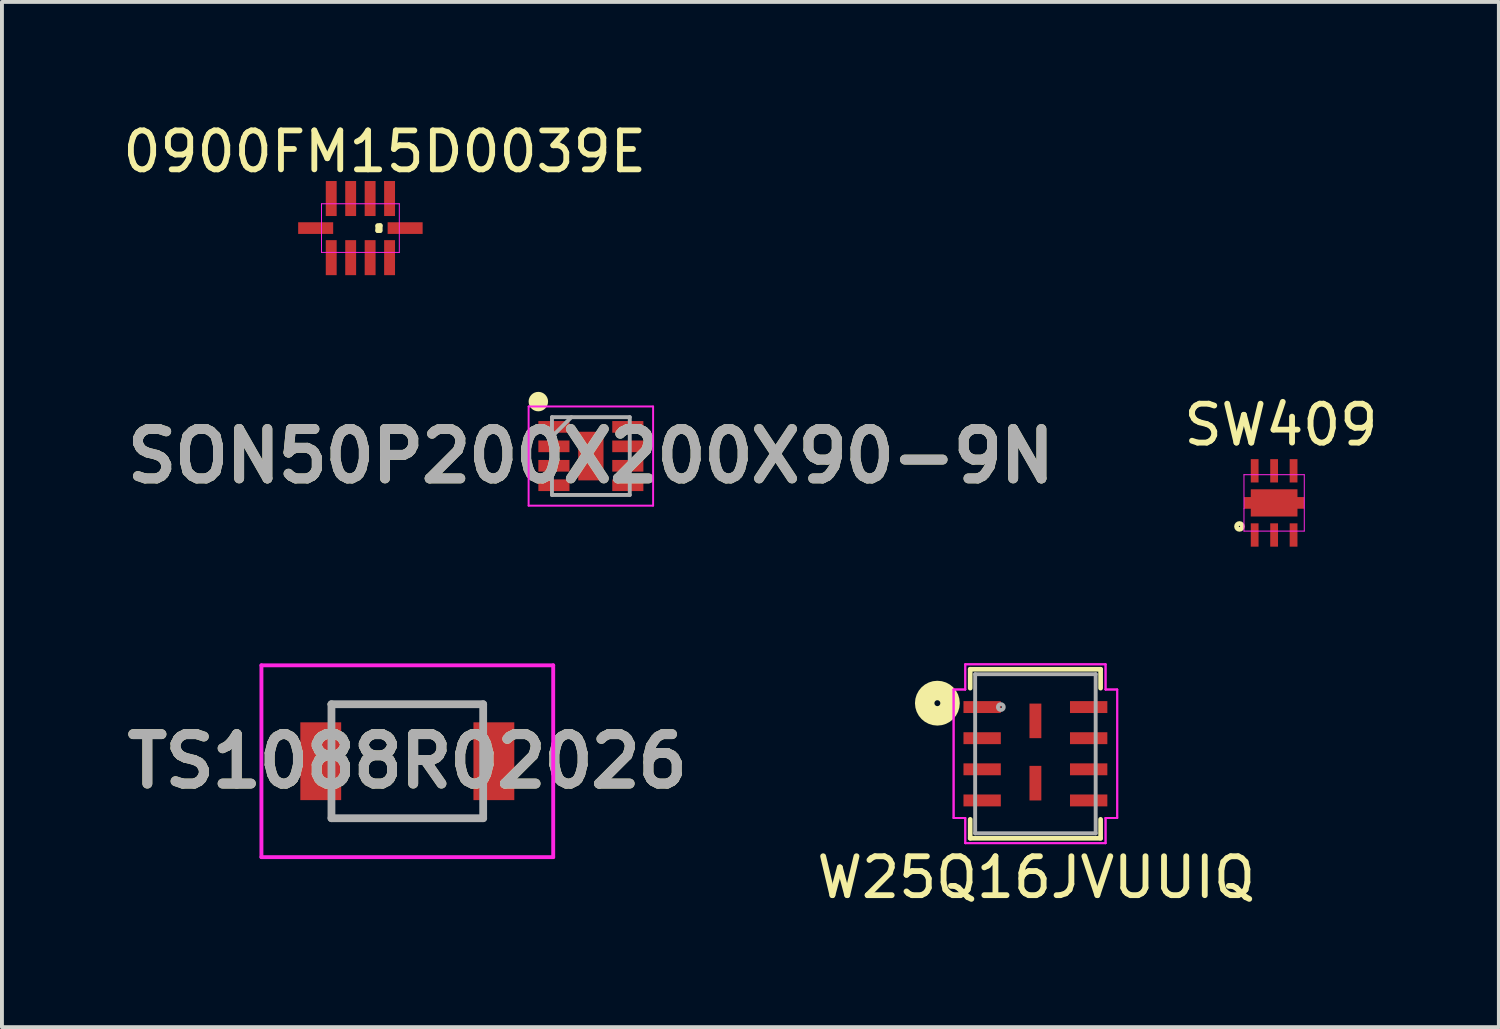
<source format=kicad_pcb>
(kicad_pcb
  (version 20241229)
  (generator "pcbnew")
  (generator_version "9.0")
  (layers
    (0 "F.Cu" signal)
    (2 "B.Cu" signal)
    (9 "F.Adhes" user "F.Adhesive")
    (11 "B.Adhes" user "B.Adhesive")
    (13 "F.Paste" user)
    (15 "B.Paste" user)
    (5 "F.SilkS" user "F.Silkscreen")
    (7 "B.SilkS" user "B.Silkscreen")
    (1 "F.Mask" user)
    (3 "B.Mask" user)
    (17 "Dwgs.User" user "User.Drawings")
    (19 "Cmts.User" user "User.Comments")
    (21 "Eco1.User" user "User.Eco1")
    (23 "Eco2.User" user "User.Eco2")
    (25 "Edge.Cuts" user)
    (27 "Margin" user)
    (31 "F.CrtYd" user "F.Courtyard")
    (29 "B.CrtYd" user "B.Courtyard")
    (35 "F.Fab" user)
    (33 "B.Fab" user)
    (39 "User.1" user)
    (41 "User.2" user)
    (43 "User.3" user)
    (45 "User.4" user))
  (footprint "0900FM15D0039E"
    (layer "F.Cu")
    (at 5.214 2.813)
    (property "Reference" "0900FM15D0039E" (at 1.625 -1.965 0) (layer "F.SilkS") (effects (font (size 1 1) (thickness 0.15))))
    (attr through_hole)
    (fp_line (start 1.445 -0.065) (end 1.51 -0.065) (stroke (width 0.12) (type solid)) (layer "F.SilkS"))
    (fp_line (start 1.445 -0.05) (end 1.445 0.065) (stroke (width 0.12) (type solid)) (layer "F.SilkS"))
    (fp_line (start 1.445 0.065) (end 1.5 0.065) (stroke (width 0.12) (type solid)) (layer "F.SilkS"))
    (fp_line (start 1.51 -0.065) (end 1.51 0.065) (stroke (width 0.12) (type solid)) (layer "F.SilkS"))
    (fp_line (start 0 0) (end 0 -0.625) (stroke (width 0.025) (type solid)) (layer "F.CrtYd"))
    (fp_line (start 0 0) (end 0 0.625) (stroke (width 0.025) (type solid)) (layer "F.CrtYd"))
    (fp_line (start 0 0.625) (end 2 0.625) (stroke (width 0.025) (type solid)) (layer "F.CrtYd"))
    (fp_line (start 2 -0.625) (end 0 -0.625) (stroke (width 0.025) (type solid)) (layer "F.CrtYd"))
    (fp_line (start 2 0.625) (end 2 -0.625) (stroke (width 0.025) (type solid)) (layer "F.CrtYd"))
    (pad "1" smd rect (at 1.75 -0.66) (size 0.28 0.9) (drill (offset 0 -0.1)) (layers "F.Cu" "F.Mask" "F.Paste"))
    (pad "2" smd rect (at 1.25 -0.66) (size 0.28 0.9) (drill (offset 0 -0.1)) (layers "F.Cu" "F.Mask" "F.Paste"))
    (pad "3" smd rect (at 0.75 -0.66) (size 0.28 0.9) (drill (offset 0 -0.1)) (layers "F.Cu" "F.Mask" "F.Paste"))
    (pad "4" smd rect (at 0.25 -0.66) (size 0.28 0.9) (drill (offset 0 -0.1)) (layers "F.Cu" "F.Mask" "F.Paste"))
    (pad "5" smd rect (at -0.05 0) (size 0.9 0.3) (drill (offset -0.1 0)) (layers "F.Cu" "F.Mask" "F.Paste"))
    (pad "6" smd rect (at 0.25 0.66) (size 0.28 0.9) (drill (offset 0 0.1)) (layers "F.Cu" "F.Mask" "F.Paste"))
    (pad "7" smd rect (at 0.75 0.66) (size 0.28 0.9) (drill (offset 0 0.1)) (layers "F.Cu" "F.Mask" "F.Paste"))
    (pad "8" smd rect (at 1.25 0.66) (size 0.28 0.9) (drill (offset 0 0.1)) (layers "F.Cu" "F.Mask" "F.Paste"))
    (pad "9" smd rect (at 1.75 0.66) (size 0.28 0.9) (drill (offset 0 0.1)) (layers "F.Cu" "F.Mask" "F.Paste"))
    (pad "10" smd rect (at 2.05 0) (size 0.9 0.3) (drill (offset 0.1 0)) (layers "F.Cu" "F.Mask" "F.Paste")))
  (footprint "W25Q16JVUUIQ"
    (layer "F.Cu")
    (at 23.565 16.325)
    (property "Reference" "W25Q16JVUUIQ" (at 0.02 3.18 0) (layer "F.SilkS") (effects (font (size 1 1) (thickness 0.15))))
    (attr through_hole)
    (fp_line (start -1.676 -2.172) (end -1.676 -1.686) (stroke (width 0.12) (type solid)) (layer "F.SilkS"))
    (fp_line (start -1.676 1.686) (end -1.676 2.172) (stroke (width 0.12) (type solid)) (layer "F.SilkS"))
    (fp_line (start -1.676 2.172) (end 1.676 2.172) (stroke (width 0.12) (type solid)) (layer "F.SilkS"))
    (fp_line (start 1.676 -2.172) (end -1.676 -2.172) (stroke (width 0.12) (type solid)) (layer "F.SilkS"))
    (fp_line (start 1.676 -1.686) (end 1.676 -2.172) (stroke (width 0.12) (type solid)) (layer "F.SilkS"))
    (fp_line (start 1.676 2.172) (end 1.676 1.686) (stroke (width 0.12) (type solid)) (layer "F.SilkS"))
    (fp_circle (center -2.52 -1.3) (end -2.444 -1.3) (stroke (width 0.5) (type solid)) (fill no) (layer "F.SilkS"))
    (fp_line (start -2.103 -1.651) (end -1.803 -1.651) (stroke (width 0.05) (type solid)) (layer "F.CrtYd"))
    (fp_line (start -2.103 -1.651) (end -1.803 -1.651) (stroke (width 0.05) (type solid)) (layer "F.CrtYd"))
    (fp_line (start -2.103 1.651) (end -2.103 -1.651) (stroke (width 0.05) (type solid)) (layer "F.CrtYd"))
    (fp_line (start -2.103 1.651) (end -2.103 -1.651) (stroke (width 0.05) (type solid)) (layer "F.CrtYd"))
    (fp_line (start -2.103 1.651) (end -1.803 1.651) (stroke (width 0.05) (type solid)) (layer "F.CrtYd"))
    (fp_line (start -1.803 -2.299) (end 1.803 -2.299) (stroke (width 0.05) (type solid)) (layer "F.CrtYd"))
    (fp_line (start -1.803 -2.299) (end 1.803 -2.299) (stroke (width 0.05) (type solid)) (layer "F.CrtYd"))
    (fp_line (start -1.803 -1.651) (end -1.803 -2.299) (stroke (width 0.05) (type solid)) (layer "F.CrtYd"))
    (fp_line (start -1.803 -1.651) (end -1.803 -2.299) (stroke (width 0.05) (type solid)) (layer "F.CrtYd"))
    (fp_line (start -1.803 1.651) (end -2.103 1.651) (stroke (width 0.05) (type solid)) (layer "F.CrtYd"))
    (fp_line (start -1.803 2.299) (end -1.803 1.651) (stroke (width 0.05) (type solid)) (layer "F.CrtYd"))
    (fp_line (start -1.803 2.299) (end -1.803 1.651) (stroke (width 0.05) (type solid)) (layer "F.CrtYd"))
    (fp_line (start 1.803 -2.299) (end 1.803 -1.651) (stroke (width 0.05) (type solid)) (layer "F.CrtYd"))
    (fp_line (start 1.803 -2.299) (end 1.803 -1.651) (stroke (width 0.05) (type solid)) (layer "F.CrtYd"))
    (fp_line (start 1.803 -1.651) (end 2.103 -1.651) (stroke (width 0.05) (type solid)) (layer "F.CrtYd"))
    (fp_line (start 1.803 1.651) (end 1.803 2.299) (stroke (width 0.05) (type solid)) (layer "F.CrtYd"))
    (fp_line (start 1.803 1.651) (end 1.803 2.299) (stroke (width 0.05) (type solid)) (layer "F.CrtYd"))
    (fp_line (start 1.803 2.299) (end -1.803 2.299) (stroke (width 0.05) (type solid)) (layer "F.CrtYd"))
    (fp_line (start 1.803 2.299) (end -1.803 2.299) (stroke (width 0.05) (type solid)) (layer "F.CrtYd"))
    (fp_line (start 2.103 -1.651) (end 1.803 -1.651) (stroke (width 0.05) (type solid)) (layer "F.CrtYd"))
    (fp_line (start 2.103 -1.651) (end 2.103 1.651) (stroke (width 0.05) (type solid)) (layer "F.CrtYd"))
    (fp_line (start 2.103 -1.651) (end 2.103 1.651) (stroke (width 0.05) (type solid)) (layer "F.CrtYd"))
    (fp_line (start 2.103 1.651) (end 1.803 1.651) (stroke (width 0.05) (type solid)) (layer "F.CrtYd"))
    (fp_line (start 2.103 1.651) (end 1.803 1.651) (stroke (width 0.05) (type solid)) (layer "F.CrtYd"))
    (fp_line (start -1.549 -2.045) (end -1.549 2.045) (stroke (width 0.1) (type solid)) (layer "F.Fab"))
    (fp_line (start -1.549 2.045) (end 1.549 2.045) (stroke (width 0.1) (type solid)) (layer "F.Fab"))
    (fp_line (start 1.549 -2.045) (end -1.549 -2.045) (stroke (width 0.1) (type solid)) (layer "F.Fab"))
    (fp_line (start 1.549 2.045) (end 1.549 -2.045) (stroke (width 0.1) (type solid)) (layer "F.Fab"))
    (fp_circle (center -0.889 -1.2) (end -0.813 -1.2) (stroke (width 0.1) (type solid)) (fill no) (layer "F.Fab"))
    (pad "1" smd rect (at -1.369 -1.2) (size 0.96 0.306) (layers "F.Cu" "F.Mask" "F.Paste"))
    (pad "2" smd rect (at -1.369 -0.4) (size 0.96 0.306) (layers "F.Cu" "F.Mask" "F.Paste"))
    (pad "3" smd rect (at -1.369 0.4) (size 0.96 0.306) (layers "F.Cu" "F.Mask" "F.Paste"))
    (pad "4" smd rect (at -1.369 1.2) (size 0.96 0.306) (layers "F.Cu" "F.Mask" "F.Paste"))
    (pad "5" smd rect (at 1.369 1.2) (size 0.96 0.306) (layers "F.Cu" "F.Mask" "F.Paste"))
    (pad "6" smd rect (at 1.369 0.4) (size 0.96 0.306) (layers "F.Cu" "F.Mask" "F.Paste"))
    (pad "7" smd rect (at 1.369 -0.4) (size 0.96 0.306) (layers "F.Cu" "F.Mask" "F.Paste"))
    (pad "8" smd rect (at 1.369 -1.2) (size 0.96 0.306) (layers "F.Cu" "F.Mask" "F.Paste"))
    (pad "9" smd rect (at 0 -0.845) (size 0.305 0.889) (layers "F.Cu" "F.Mask" "F.Paste"))
    (pad "10" smd rect (at 0 0.756) (size 0.305 0.889) (layers "F.Cu" "F.Mask" "F.Paste")))
  (footprint "SON50P200X200X90-9N"
    (layer "F.Cu")
    (at 12.138 8.673)
    (property "Reference" "SON50P200X200X90-9N" (at 0 0 0) (layer "F.SilkS") (effects (font (size 1.27 1.27) (thickness 0.254))))
    (attr smd)
    (fp_circle (center -1.35 -1.4) (end -1.35 -1.275) (stroke (width 0.25) (type solid)) (fill no) (layer "F.SilkS"))
    (fp_line (start -1.6 -1.275) (end 1.6 -1.275) (stroke (width 0.05) (type solid)) (layer "F.CrtYd"))
    (fp_line (start -1.6 1.275) (end -1.6 -1.275) (stroke (width 0.05) (type solid)) (layer "F.CrtYd"))
    (fp_line (start 1.6 -1.275) (end 1.6 1.275) (stroke (width 0.05) (type solid)) (layer "F.CrtYd"))
    (fp_line (start 1.6 1.275) (end -1.6 1.275) (stroke (width 0.05) (type solid)) (layer "F.CrtYd"))
    (fp_line (start -1 -1) (end 1 -1) (stroke (width 0.1) (type solid)) (layer "F.Fab"))
    (fp_line (start -1 -0.5) (end -0.5 -1) (stroke (width 0.1) (type solid)) (layer "F.Fab"))
    (fp_line (start -1 1) (end -1 -1) (stroke (width 0.1) (type solid)) (layer "F.Fab"))
    (fp_line (start 1 -1) (end 1 1) (stroke (width 0.1) (type solid)) (layer "F.Fab"))
    (fp_line (start 1 1) (end -1 1) (stroke (width 0.1) (type solid)) (layer "F.Fab"))
    (fp_text user "${REFERENCE}" (at 0 0 0) (layer "F.Fab") (effects (font (size 1.27 1.27) (thickness 0.254))))
    (pad "1" smd rect (at -0.95 -0.75 90) (size 0.3 0.8) (layers "F.Cu" "F.Mask" "F.Paste"))
    (pad "2" smd rect (at -0.95 -0.25 90) (size 0.3 0.8) (layers "F.Cu" "F.Mask" "F.Paste"))
    (pad "3" smd rect (at -0.95 0.25 90) (size 0.3 0.8) (layers "F.Cu" "F.Mask" "F.Paste"))
    (pad "4" smd rect (at -0.95 0.75 90) (size 0.3 0.8) (layers "F.Cu" "F.Mask" "F.Paste"))
    (pad "5" smd rect (at 0.95 0.75 90) (size 0.3 0.8) (layers "F.Cu" "F.Mask" "F.Paste"))
    (pad "6" smd rect (at 0.95 0.25 90) (size 0.3 0.8) (layers "F.Cu" "F.Mask" "F.Paste"))
    (pad "7" smd rect (at 0.95 -0.25 90) (size 0.3 0.8) (layers "F.Cu" "F.Mask" "F.Paste"))
    (pad "8" smd rect (at 0.95 -0.75 90) (size 0.3 0.8) (layers "F.Cu" "F.Mask" "F.Paste"))
    (pad "9" smd rect (at 0 0) (size 0.65 1.25) (layers "F.Cu" "F.Mask" "F.Paste")))
  (footprint "TS1088R02026"
    (layer "F.Cu")
    (at 7.42 16.517)
    (property "Reference" "TS1088R02026" (at 0 0 0) (layer "F.SilkS") (effects (font (size 1.27 1.27) (thickness 0.254))))
    (attr smd)
    (fp_line (start -2 -1.465) (end 1.95 -1.465) (stroke (width 0.1) (type solid)) (layer "F.SilkS"))
    (fp_line (start -1.95 1.465) (end 2 1.465) (stroke (width 0.1) (type solid)) (layer "F.SilkS"))
    (fp_line (start -3.75 -2.465) (end 3.75 -2.465) (stroke (width 0.1) (type solid)) (layer "F.CrtYd"))
    (fp_line (start -3.75 2.465) (end -3.75 -2.465) (stroke (width 0.1) (type solid)) (layer "F.CrtYd"))
    (fp_line (start 3.75 -2.465) (end 3.75 2.465) (stroke (width 0.1) (type solid)) (layer "F.CrtYd"))
    (fp_line (start 3.75 2.465) (end -3.75 2.465) (stroke (width 0.1) (type solid)) (layer "F.CrtYd"))
    (fp_line (start -1.95 -1.465) (end 1.95 -1.465) (stroke (width 0.2) (type solid)) (layer "F.Fab"))
    (fp_line (start -1.95 1.465) (end -1.95 -1.465) (stroke (width 0.2) (type solid)) (layer "F.Fab"))
    (fp_line (start 1.95 -1.465) (end 1.95 1.465) (stroke (width 0.2) (type solid)) (layer "F.Fab"))
    (fp_line (start 1.95 1.465) (end -1.95 1.465) (stroke (width 0.2) (type solid)) (layer "F.Fab"))
    (fp_text user "${REFERENCE}" (at 0 0 0) (layer "F.Fab") (effects (font (size 1.27 1.27) (thickness 0.254))))
    (pad "1" smd rect (at -2.225 0) (size 1.05 2) (layers "F.Cu" "F.Mask" "F.Paste"))
    (pad "2" smd rect (at 2.225 0) (size 1.05 2) (layers "F.Cu" "F.Mask" "F.Paste")))
  (footprint "SW409"
    (layer "F.Cu")
    (at 29.701 9.877)
    (property "Reference" "SW409" (at 0.175 -2.005 0) (layer "F.SilkS") (effects (font (size 1 1) (thickness 0.15))))
    (attr through_hole)
    (fp_circle (center -0.891 0.605) (end -0.886 0.59) (stroke (width 0.12) (type solid)) (fill no) (layer "F.SilkS"))
    (fp_line (start -0.775 0.15) (end -0.775 -0.725) (stroke (width 0.025) (type solid)) (layer "F.CrtYd"))
    (fp_line (start -0.775 0.15) (end -0.775 0.725) (stroke (width 0.025) (type solid)) (layer "F.CrtYd"))
    (fp_line (start -0.775 0.725) (end 0.775 0.725) (stroke (width 0.025) (type solid)) (layer "F.CrtYd"))
    (fp_line (start 0.775 -0.725) (end -0.775 -0.725) (stroke (width 0.025) (type solid)) (layer "F.CrtYd"))
    (fp_line (start 0.775 0.725) (end 0.775 -0.725) (stroke (width 0.025) (type solid)) (layer "F.CrtYd"))
    (pad "" smd rect (at 0 0) (size 1.2 0.7) (layers "F.Cu" "F.Mask" "F.Paste"))
    (pad "" smd rect (at 0 0) (size 1.55 0.3) (layers "F.Cu" "F.Mask" "F.Paste"))
    (pad "1" smd rect (at -0.5 0.65) (size 0.2 0.6) (drill (offset 0 0.175)) (layers "F.Cu" "F.Mask" "F.Paste"))
    (pad "2" smd rect (at 0 0.65) (size 0.2 0.6) (drill (offset 0 0.175)) (layers "F.Cu" "F.Mask" "F.Paste"))
    (pad "3" smd rect (at 0.5 0.65) (size 0.2 0.6) (drill (offset 0 0.175)) (layers "F.Cu" "F.Mask" "F.Paste"))
    (pad "4" smd rect (at 0.5 -0.65) (size 0.2 0.6) (drill (offset 0 -0.175)) (layers "F.Cu" "F.Mask" "F.Paste"))
    (pad "5" smd rect (at 0 -0.65) (size 0.2 0.6) (drill (offset 0 -0.175)) (layers "F.Cu" "F.Mask" "F.Paste"))
    (pad "6" smd rect (at -0.5 -0.65) (size 0.2 0.6) (drill (offset 0 -0.175)) (layers "F.Cu" "F.Mask" "F.Paste")))
  (gr_rect
    (start -3 -3)
    (end 35.478 23.353)
    (stroke (width 0.1) (type default))
    (fill no)
    (layer "Edge.Cuts")))
</source>
